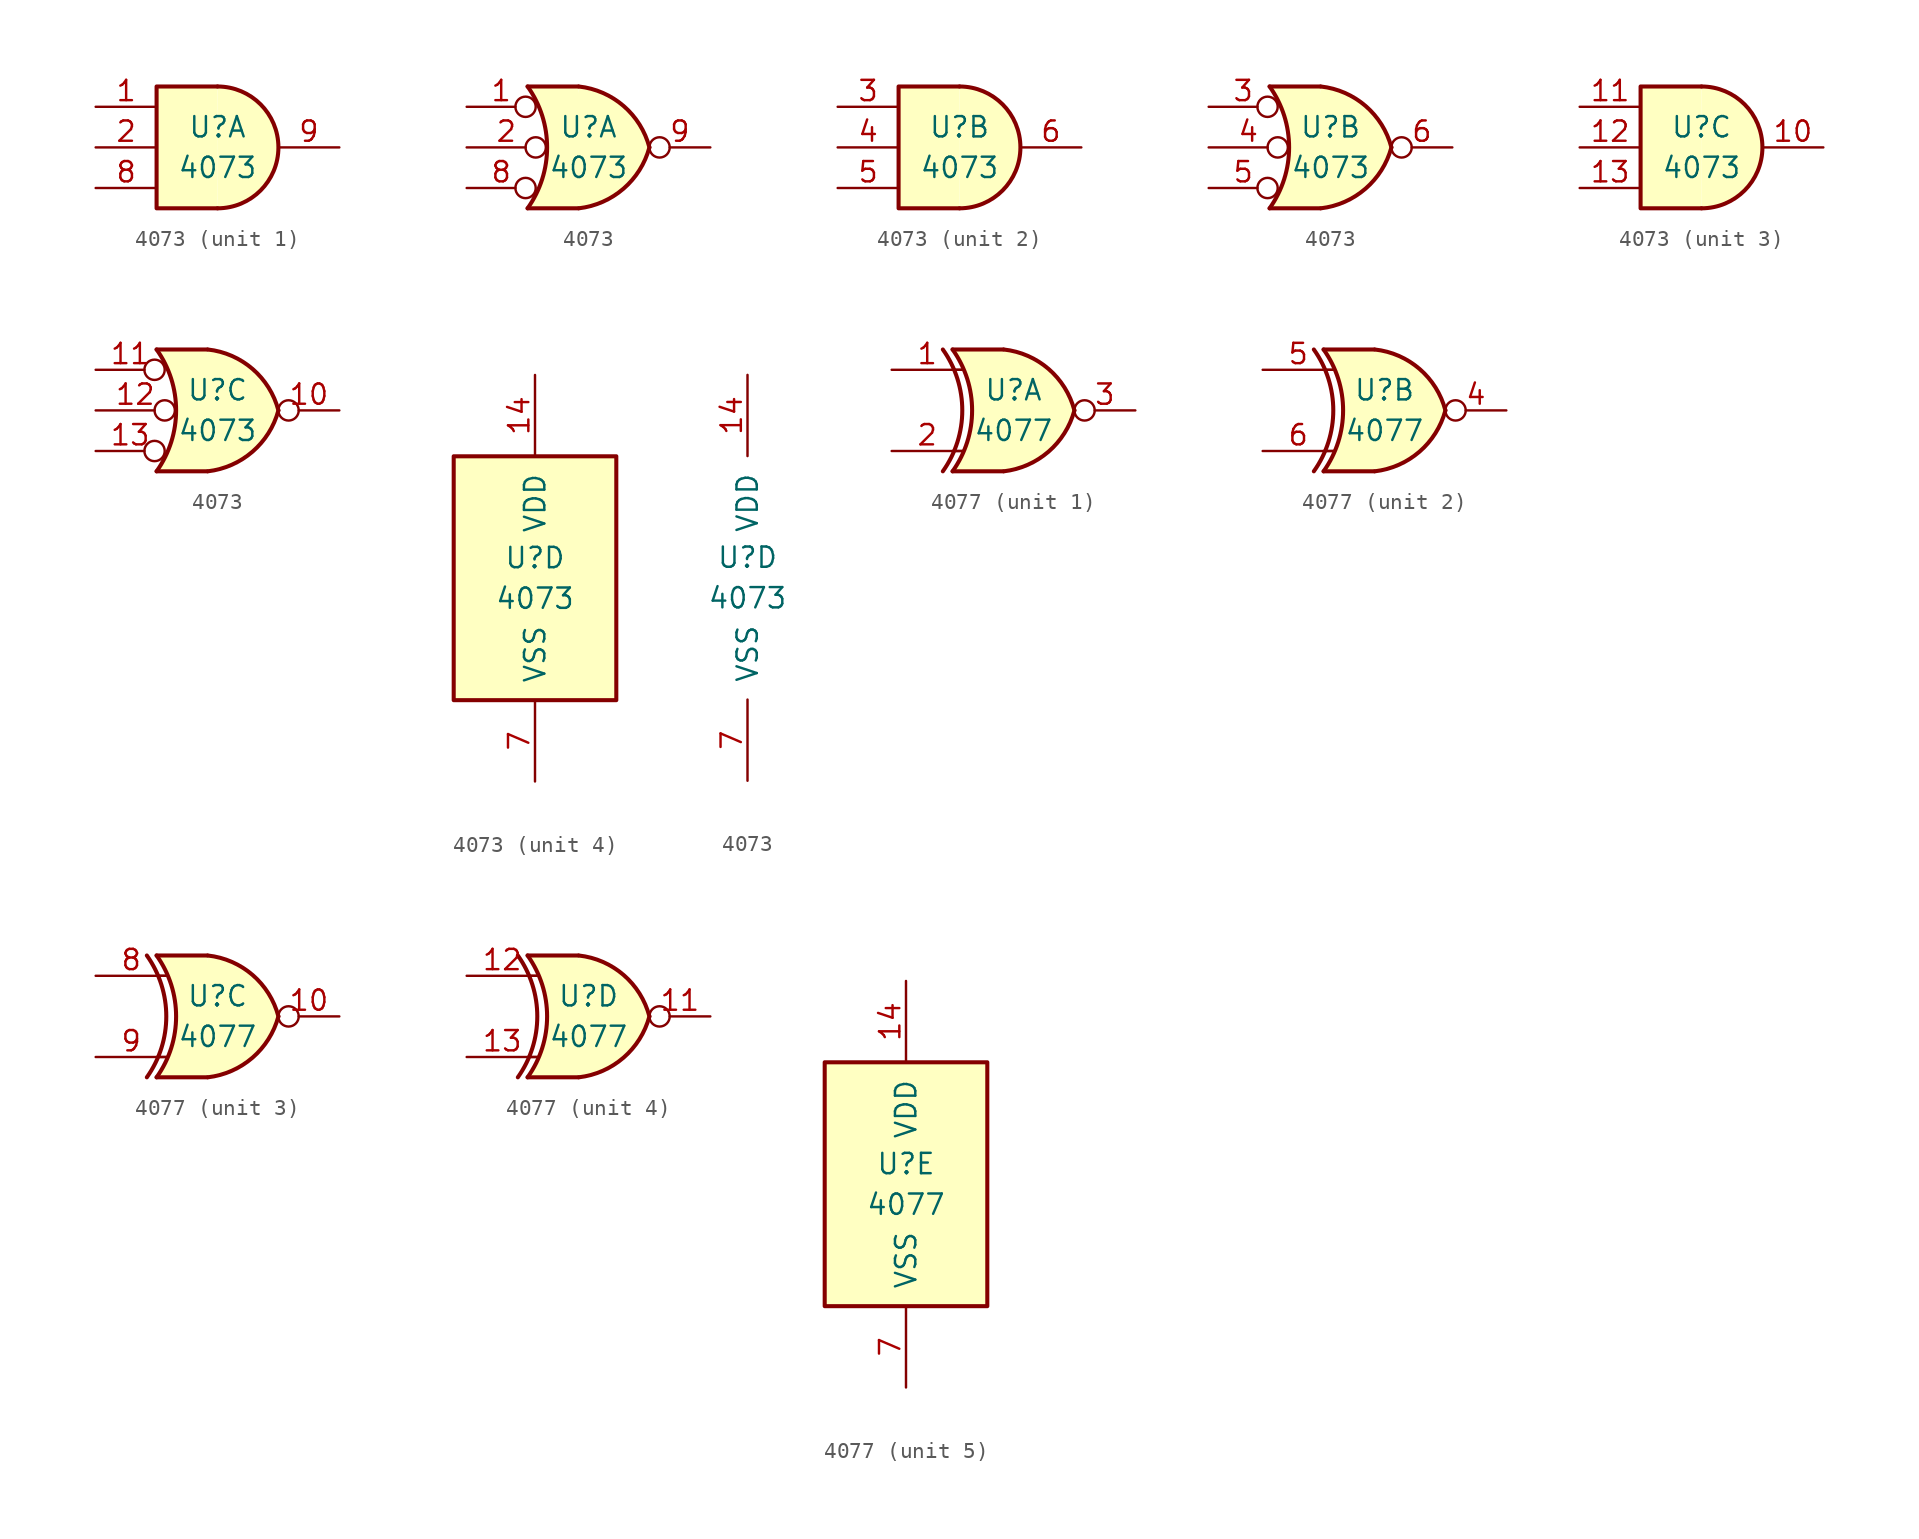
<source format=kicad_sym>
(kicad_symbol_lib
  (version 20211014)
  (generator kicad_symbol_editor)
  (symbol "4073"
    (pin_names
      (offset 1.016))
    (property "Reference" "U"
      (at 0 1.27 0)
      (effects (font (size 1.27 1.27))))
    (property "Value" "4073"
      (at 0 -1.27 0)
      (effects (font (size 1.27 1.27))))
    (property "ki_locked" ""
      (at 0 0 0)
      (effects (font (size 1.27 1.27))))
    (symbol "4073_1_1"
      (arc (start 0 -3.81) (mid 3.81 0) (end 0 3.81) (stroke (width 0.254) (type default) (color 0 0 0 0)) (fill (type background)))
      (polyline (pts (xy 0 3.81) (xy -3.81 3.81) (xy -3.81 -3.81) (xy 0 -3.81)) (stroke (width 0.254) (type default) (color 0 0 0 0)) (fill (type background)))
      (pin input line (at -7.62 2.54 0) (length 3.81) (name "~" (effects (font (size 1.27 1.27)))) (number "1" (effects (font (size 1.27 1.27)))))
      (pin input line (at -7.62 0 0) (length 3.81) (name "~" (effects (font (size 1.27 1.27)))) (number "2" (effects (font (size 1.27 1.27)))))
      (pin input line (at -7.62 -2.54 0) (length 3.81) (name "~" (effects (font (size 1.27 1.27)))) (number "8" (effects (font (size 1.27 1.27)))))
      (pin output line (at 7.62 0 180) (length 3.81) (name "~" (effects (font (size 1.27 1.27)))) (number "9" (effects (font (size 1.27 1.27))))))
    (symbol "4073_1_2"
      (arc (start -3.81 -3.81) (mid -2.589 0) (end -3.81 3.81) (stroke (width 0.254) (type default) (color 0 0 0 0)) (fill (type none)))
      (arc (start -0.6096 -3.81) (mid 2.1855 -2.584) (end 3.81 0) (stroke (width 0.254) (type default) (color 0 0 0 0)) (fill (type background)))
      (polyline (pts (xy -3.81 -3.81) (xy -0.635 -3.81)) (stroke (width 0.254) (type default) (color 0 0 0 0)) (fill (type background)))
      (polyline (pts (xy -3.81 3.81) (xy -0.635 3.81)) (stroke (width 0.254) (type default) (color 0 0 0 0)) (fill (type background)))
      (polyline (pts (xy -0.635 3.81) (xy -3.81 3.81) (xy -3.81 3.81) (xy -3.556 3.404) (xy -3.023 2.261) (xy -2.692 1.041) (xy -2.616 -0.254) (xy -2.769 -1.499) (xy -3.175 -2.718) (xy -3.81 -3.81) (xy -3.81 -3.81) (xy -0.635 -3.81)) (stroke (width -25.4) (type default) (color 0 0 0 0)) (fill (type background)))
      (arc (start 3.81 0) (mid 2.1928 2.5925) (end -0.6096 3.81) (stroke (width 0.254) (type default) (color 0 0 0 0)) (fill (type background)))
      (pin input inverted (at -7.62 2.54 0) (length 4.318) (name "~" (effects (font (size 1.27 1.27)))) (number "1" (effects (font (size 1.27 1.27)))))
      (pin input inverted (at -7.62 0 0) (length 4.953) (name "~" (effects (font (size 1.27 1.27)))) (number "2" (effects (font (size 1.27 1.27)))))
      (pin input inverted (at -7.62 -2.54 0) (length 4.318) (name "~" (effects (font (size 1.27 1.27)))) (number "8" (effects (font (size 1.27 1.27)))))
      (pin output inverted (at 7.62 0 180) (length 3.81) (name "~" (effects (font (size 1.27 1.27)))) (number "9" (effects (font (size 1.27 1.27))))))
    (symbol "4073_2_1"
      (arc (start 0 -3.81) (mid 3.81 0) (end 0 3.81) (stroke (width 0.254) (type default) (color 0 0 0 0)) (fill (type background)))
      (polyline (pts (xy 0 3.81) (xy -3.81 3.81) (xy -3.81 -3.81) (xy 0 -3.81)) (stroke (width 0.254) (type default) (color 0 0 0 0)) (fill (type background)))
      (pin input line (at -7.62 2.54 0) (length 3.81) (name "~" (effects (font (size 1.27 1.27)))) (number "3" (effects (font (size 1.27 1.27)))))
      (pin input line (at -7.62 0 0) (length 3.81) (name "~" (effects (font (size 1.27 1.27)))) (number "4" (effects (font (size 1.27 1.27)))))
      (pin input line (at -7.62 -2.54 0) (length 3.81) (name "~" (effects (font (size 1.27 1.27)))) (number "5" (effects (font (size 1.27 1.27)))))
      (pin output line (at 7.62 0 180) (length 3.81) (name "~" (effects (font (size 1.27 1.27)))) (number "6" (effects (font (size 1.27 1.27))))))
    (symbol "4073_2_2"
      (arc (start -3.81 -3.81) (mid -2.589 0) (end -3.81 3.81) (stroke (width 0.254) (type default) (color 0 0 0 0)) (fill (type none)))
      (arc (start -0.6096 -3.81) (mid 2.1855 -2.584) (end 3.81 0) (stroke (width 0.254) (type default) (color 0 0 0 0)) (fill (type background)))
      (polyline (pts (xy -3.81 -3.81) (xy -0.635 -3.81)) (stroke (width 0.254) (type default) (color 0 0 0 0)) (fill (type background)))
      (polyline (pts (xy -3.81 3.81) (xy -0.635 3.81)) (stroke (width 0.254) (type default) (color 0 0 0 0)) (fill (type background)))
      (polyline (pts (xy -0.635 3.81) (xy -3.81 3.81) (xy -3.81 3.81) (xy -3.556 3.404) (xy -3.023 2.261) (xy -2.692 1.041) (xy -2.616 -0.254) (xy -2.769 -1.499) (xy -3.175 -2.718) (xy -3.81 -3.81) (xy -3.81 -3.81) (xy -0.635 -3.81)) (stroke (width -25.4) (type default) (color 0 0 0 0)) (fill (type background)))
      (arc (start 3.81 0) (mid 2.1928 2.5925) (end -0.6096 3.81) (stroke (width 0.254) (type default) (color 0 0 0 0)) (fill (type background)))
      (pin input inverted (at -7.62 2.54 0) (length 4.318) (name "~" (effects (font (size 1.27 1.27)))) (number "3" (effects (font (size 1.27 1.27)))))
      (pin input inverted (at -7.62 0 0) (length 4.953) (name "~" (effects (font (size 1.27 1.27)))) (number "4" (effects (font (size 1.27 1.27)))))
      (pin input inverted (at -7.62 -2.54 0) (length 4.318) (name "~" (effects (font (size 1.27 1.27)))) (number "5" (effects (font (size 1.27 1.27)))))
      (pin output inverted (at 7.62 0 180) (length 3.81) (name "~" (effects (font (size 1.27 1.27)))) (number "6" (effects (font (size 1.27 1.27))))))
    (symbol "4073_3_1"
      (arc (start 0 -3.81) (mid 3.81 0) (end 0 3.81) (stroke (width 0.254) (type default) (color 0 0 0 0)) (fill (type background)))
      (polyline (pts (xy 0 3.81) (xy -3.81 3.81) (xy -3.81 -3.81) (xy 0 -3.81)) (stroke (width 0.254) (type default) (color 0 0 0 0)) (fill (type background)))
      (pin output line (at 7.62 0 180) (length 3.81) (name "~" (effects (font (size 1.27 1.27)))) (number "10" (effects (font (size 1.27 1.27)))))
      (pin input line (at -7.62 2.54 0) (length 3.81) (name "~" (effects (font (size 1.27 1.27)))) (number "11" (effects (font (size 1.27 1.27)))))
      (pin input line (at -7.62 0 0) (length 3.81) (name "~" (effects (font (size 1.27 1.27)))) (number "12" (effects (font (size 1.27 1.27)))))
      (pin input line (at -7.62 -2.54 0) (length 3.81) (name "~" (effects (font (size 1.27 1.27)))) (number "13" (effects (font (size 1.27 1.27))))))
    (symbol "4073_3_2"
      (arc (start -3.81 -3.81) (mid -2.589 0) (end -3.81 3.81) (stroke (width 0.254) (type default) (color 0 0 0 0)) (fill (type none)))
      (arc (start -0.6096 -3.81) (mid 2.1855 -2.584) (end 3.81 0) (stroke (width 0.254) (type default) (color 0 0 0 0)) (fill (type background)))
      (polyline (pts (xy -3.81 -3.81) (xy -0.635 -3.81)) (stroke (width 0.254) (type default) (color 0 0 0 0)) (fill (type background)))
      (polyline (pts (xy -3.81 3.81) (xy -0.635 3.81)) (stroke (width 0.254) (type default) (color 0 0 0 0)) (fill (type background)))
      (polyline (pts (xy -0.635 3.81) (xy -3.81 3.81) (xy -3.81 3.81) (xy -3.556 3.404) (xy -3.023 2.261) (xy -2.692 1.041) (xy -2.616 -0.254) (xy -2.769 -1.499) (xy -3.175 -2.718) (xy -3.81 -3.81) (xy -3.81 -3.81) (xy -0.635 -3.81)) (stroke (width -25.4) (type default) (color 0 0 0 0)) (fill (type background)))
      (arc (start 3.81 0) (mid 2.1928 2.5925) (end -0.6096 3.81) (stroke (width 0.254) (type default) (color 0 0 0 0)) (fill (type background)))
      (pin output inverted (at 7.62 0 180) (length 3.81) (name "~" (effects (font (size 1.27 1.27)))) (number "10" (effects (font (size 1.27 1.27)))))
      (pin input inverted (at -7.62 2.54 0) (length 4.318) (name "~" (effects (font (size 1.27 1.27)))) (number "11" (effects (font (size 1.27 1.27)))))
      (pin input inverted (at -7.62 0 0) (length 4.953) (name "~" (effects (font (size 1.27 1.27)))) (number "12" (effects (font (size 1.27 1.27)))))
      (pin input inverted (at -7.62 -2.54 0) (length 4.318) (name "~" (effects (font (size 1.27 1.27)))) (number "13" (effects (font (size 1.27 1.27))))))
    (symbol "4073_4_0"
      (pin power_in line (at 0 12.7 270) (length 5.08) (name "VDD" (effects (font (size 1.27 1.27)))) (number "14" (effects (font (size 1.27 1.27)))))
      (pin power_in line (at 0 -12.7 90) (length 5.08) (name "VSS" (effects (font (size 1.27 1.27)))) (number "7" (effects (font (size 1.27 1.27))))))
    (symbol "4073_4_1"
      (rectangle (start -5.08 7.62) (end 5.08 -7.62) (stroke (width 0.254) (type default) (color 0 0 0 0)) (fill (type background)))))
  (symbol "4077"
    (pin_names
      (offset 1.016))
    (property "Reference" "U"
      (at 0 1.27 0)
      (effects (font (size 1.27 1.27))))
    (property "Value" "4077"
      (at 0 -1.27 0)
      (effects (font (size 1.27 1.27))))
    (property "ki_locked" ""
      (at 0 0 0)
      (effects (font (size 1.27 1.27))))
    (symbol "4077_1_0"
      (arc (start -4.4196 -3.81) (mid -3.2033 0) (end -4.4196 3.81) (stroke (width 0.254) (type default) (color 0 0 0 0)) (fill (type none)))
      (arc (start -3.81 -3.81) (mid -2.589 0) (end -3.81 3.81) (stroke (width 0.254) (type default) (color 0 0 0 0)) (fill (type none)))
      (arc (start -0.6096 -3.81) (mid 2.1855 -2.584) (end 3.81 0) (stroke (width 0.254) (type default) (color 0 0 0 0)) (fill (type background)))
      (polyline (pts (xy -3.81 -3.81) (xy -0.635 -3.81)) (stroke (width 0.254) (type default) (color 0 0 0 0)) (fill (type background)))
      (polyline (pts (xy -3.81 3.81) (xy -0.635 3.81)) (stroke (width 0.254) (type default) (color 0 0 0 0)) (fill (type background)))
      (polyline (pts (xy -0.635 3.81) (xy -3.81 3.81) (xy -3.81 3.81) (xy -3.556 3.404) (xy -3.023 2.261) (xy -2.692 1.041) (xy -2.616 -0.254) (xy -2.769 -1.499) (xy -3.175 -2.718) (xy -3.81 -3.81) (xy -3.81 -3.81) (xy -0.635 -3.81)) (stroke (width -25.4) (type default) (color 0 0 0 0)) (fill (type background)))
      (arc (start 3.81 0) (mid 2.1928 2.5925) (end -0.6096 3.81) (stroke (width 0.254) (type default) (color 0 0 0 0)) (fill (type background)))
      (pin input line (at -7.62 2.54 0) (length 4.445) (name "~" (effects (font (size 1.27 1.27)))) (number "1" (effects (font (size 1.27 1.27)))))
      (pin input line (at -7.62 -2.54 0) (length 4.445) (name "~" (effects (font (size 1.27 1.27)))) (number "2" (effects (font (size 1.27 1.27)))))
      (pin output inverted (at 7.62 0 180) (length 3.81) (name "~" (effects (font (size 1.27 1.27)))) (number "3" (effects (font (size 1.27 1.27))))))
    (symbol "4077_1_1"
      (polyline (pts (xy -3.81 -2.54) (xy -3.175 -2.54)) (stroke (width 0.152) (type default) (color 0 0 0 0)) (fill (type none)))
      (polyline (pts (xy -3.81 2.54) (xy -3.175 2.54)) (stroke (width 0.152) (type default) (color 0 0 0 0)) (fill (type none))))
    (symbol "4077_2_0"
      (arc (start -4.4196 -3.81) (mid -3.2033 0) (end -4.4196 3.81) (stroke (width 0.254) (type default) (color 0 0 0 0)) (fill (type none)))
      (arc (start -3.81 -3.81) (mid -2.589 0) (end -3.81 3.81) (stroke (width 0.254) (type default) (color 0 0 0 0)) (fill (type none)))
      (arc (start -0.6096 -3.81) (mid 2.1855 -2.584) (end 3.81 0) (stroke (width 0.254) (type default) (color 0 0 0 0)) (fill (type background)))
      (polyline (pts (xy -3.81 -3.81) (xy -0.635 -3.81)) (stroke (width 0.254) (type default) (color 0 0 0 0)) (fill (type background)))
      (polyline (pts (xy -3.81 3.81) (xy -0.635 3.81)) (stroke (width 0.254) (type default) (color 0 0 0 0)) (fill (type background)))
      (polyline (pts (xy -0.635 3.81) (xy -3.81 3.81) (xy -3.81 3.81) (xy -3.556 3.404) (xy -3.023 2.261) (xy -2.692 1.041) (xy -2.616 -0.254) (xy -2.769 -1.499) (xy -3.175 -2.718) (xy -3.81 -3.81) (xy -3.81 -3.81) (xy -0.635 -3.81)) (stroke (width -25.4) (type default) (color 0 0 0 0)) (fill (type background)))
      (arc (start 3.81 0) (mid 2.1928 2.5925) (end -0.6096 3.81) (stroke (width 0.254) (type default) (color 0 0 0 0)) (fill (type background)))
      (pin output inverted (at 7.62 0 180) (length 3.81) (name "~" (effects (font (size 1.27 1.27)))) (number "4" (effects (font (size 1.27 1.27)))))
      (pin input line (at -7.62 2.54 0) (length 4.445) (name "~" (effects (font (size 1.27 1.27)))) (number "5" (effects (font (size 1.27 1.27)))))
      (pin input line (at -7.62 -2.54 0) (length 4.445) (name "~" (effects (font (size 1.27 1.27)))) (number "6" (effects (font (size 1.27 1.27))))))
    (symbol "4077_2_1"
      (polyline (pts (xy -3.81 -2.54) (xy -3.175 -2.54)) (stroke (width 0.152) (type default) (color 0 0 0 0)) (fill (type none)))
      (polyline (pts (xy -3.81 2.54) (xy -3.175 2.54)) (stroke (width 0.152) (type default) (color 0 0 0 0)) (fill (type none))))
    (symbol "4077_3_0"
      (arc (start -4.4196 -3.81) (mid -3.2033 0) (end -4.4196 3.81) (stroke (width 0.254) (type default) (color 0 0 0 0)) (fill (type none)))
      (arc (start -3.81 -3.81) (mid -2.589 0) (end -3.81 3.81) (stroke (width 0.254) (type default) (color 0 0 0 0)) (fill (type none)))
      (arc (start -0.6096 -3.81) (mid 2.1855 -2.584) (end 3.81 0) (stroke (width 0.254) (type default) (color 0 0 0 0)) (fill (type background)))
      (polyline (pts (xy -3.81 -3.81) (xy -0.635 -3.81)) (stroke (width 0.254) (type default) (color 0 0 0 0)) (fill (type background)))
      (polyline (pts (xy -3.81 3.81) (xy -0.635 3.81)) (stroke (width 0.254) (type default) (color 0 0 0 0)) (fill (type background)))
      (polyline (pts (xy -0.635 3.81) (xy -3.81 3.81) (xy -3.81 3.81) (xy -3.556 3.404) (xy -3.023 2.261) (xy -2.692 1.041) (xy -2.616 -0.254) (xy -2.769 -1.499) (xy -3.175 -2.718) (xy -3.81 -3.81) (xy -3.81 -3.81) (xy -0.635 -3.81)) (stroke (width -25.4) (type default) (color 0 0 0 0)) (fill (type background)))
      (arc (start 3.81 0) (mid 2.1928 2.5925) (end -0.6096 3.81) (stroke (width 0.254) (type default) (color 0 0 0 0)) (fill (type background)))
      (pin output inverted (at 7.62 0 180) (length 3.81) (name "~" (effects (font (size 1.27 1.27)))) (number "10" (effects (font (size 1.27 1.27)))))
      (pin input line (at -7.62 2.54 0) (length 4.445) (name "~" (effects (font (size 1.27 1.27)))) (number "8" (effects (font (size 1.27 1.27)))))
      (pin input line (at -7.62 -2.54 0) (length 4.445) (name "~" (effects (font (size 1.27 1.27)))) (number "9" (effects (font (size 1.27 1.27))))))
    (symbol "4077_3_1"
      (polyline (pts (xy -3.81 -2.54) (xy -3.175 -2.54)) (stroke (width 0.152) (type default) (color 0 0 0 0)) (fill (type none)))
      (polyline (pts (xy -3.81 2.54) (xy -3.175 2.54)) (stroke (width 0.152) (type default) (color 0 0 0 0)) (fill (type none))))
    (symbol "4077_4_0"
      (arc (start -4.4196 -3.81) (mid -3.2033 0) (end -4.4196 3.81) (stroke (width 0.254) (type default) (color 0 0 0 0)) (fill (type none)))
      (arc (start -3.81 -3.81) (mid -2.589 0) (end -3.81 3.81) (stroke (width 0.254) (type default) (color 0 0 0 0)) (fill (type none)))
      (arc (start -0.6096 -3.81) (mid 2.1855 -2.584) (end 3.81 0) (stroke (width 0.254) (type default) (color 0 0 0 0)) (fill (type background)))
      (polyline (pts (xy -3.81 -3.81) (xy -0.635 -3.81)) (stroke (width 0.254) (type default) (color 0 0 0 0)) (fill (type background)))
      (polyline (pts (xy -3.81 3.81) (xy -0.635 3.81)) (stroke (width 0.254) (type default) (color 0 0 0 0)) (fill (type background)))
      (polyline (pts (xy -0.635 3.81) (xy -3.81 3.81) (xy -3.81 3.81) (xy -3.556 3.404) (xy -3.023 2.261) (xy -2.692 1.041) (xy -2.616 -0.254) (xy -2.769 -1.499) (xy -3.175 -2.718) (xy -3.81 -3.81) (xy -3.81 -3.81) (xy -0.635 -3.81)) (stroke (width -25.4) (type default) (color 0 0 0 0)) (fill (type background)))
      (arc (start 3.81 0) (mid 2.1928 2.5925) (end -0.6096 3.81) (stroke (width 0.254) (type default) (color 0 0 0 0)) (fill (type background)))
      (pin output inverted (at 7.62 0 180) (length 3.81) (name "~" (effects (font (size 1.27 1.27)))) (number "11" (effects (font (size 1.27 1.27)))))
      (pin input line (at -7.62 2.54 0) (length 4.445) (name "~" (effects (font (size 1.27 1.27)))) (number "12" (effects (font (size 1.27 1.27)))))
      (pin input line (at -7.62 -2.54 0) (length 4.445) (name "~" (effects (font (size 1.27 1.27)))) (number "13" (effects (font (size 1.27 1.27))))))
    (symbol "4077_4_1"
      (polyline (pts (xy -3.81 -2.54) (xy -3.175 -2.54)) (stroke (width 0.152) (type default) (color 0 0 0 0)) (fill (type none)))
      (polyline (pts (xy -3.81 2.54) (xy -3.175 2.54)) (stroke (width 0.152) (type default) (color 0 0 0 0)) (fill (type none))))
    (symbol "4077_5_0"
      (pin power_in line (at 0 12.7 270) (length 5.08) (name "VDD" (effects (font (size 1.27 1.27)))) (number "14" (effects (font (size 1.27 1.27)))))
      (pin power_in line (at 0 -12.7 90) (length 5.08) (name "VSS" (effects (font (size 1.27 1.27)))) (number "7" (effects (font (size 1.27 1.27))))))
    (symbol "4077_5_1"
      (rectangle (start -5.08 7.62) (end 5.08 -7.62) (stroke (width 0.254) (type default) (color 0 0 0 0)) (fill (type background))))))
</source>
